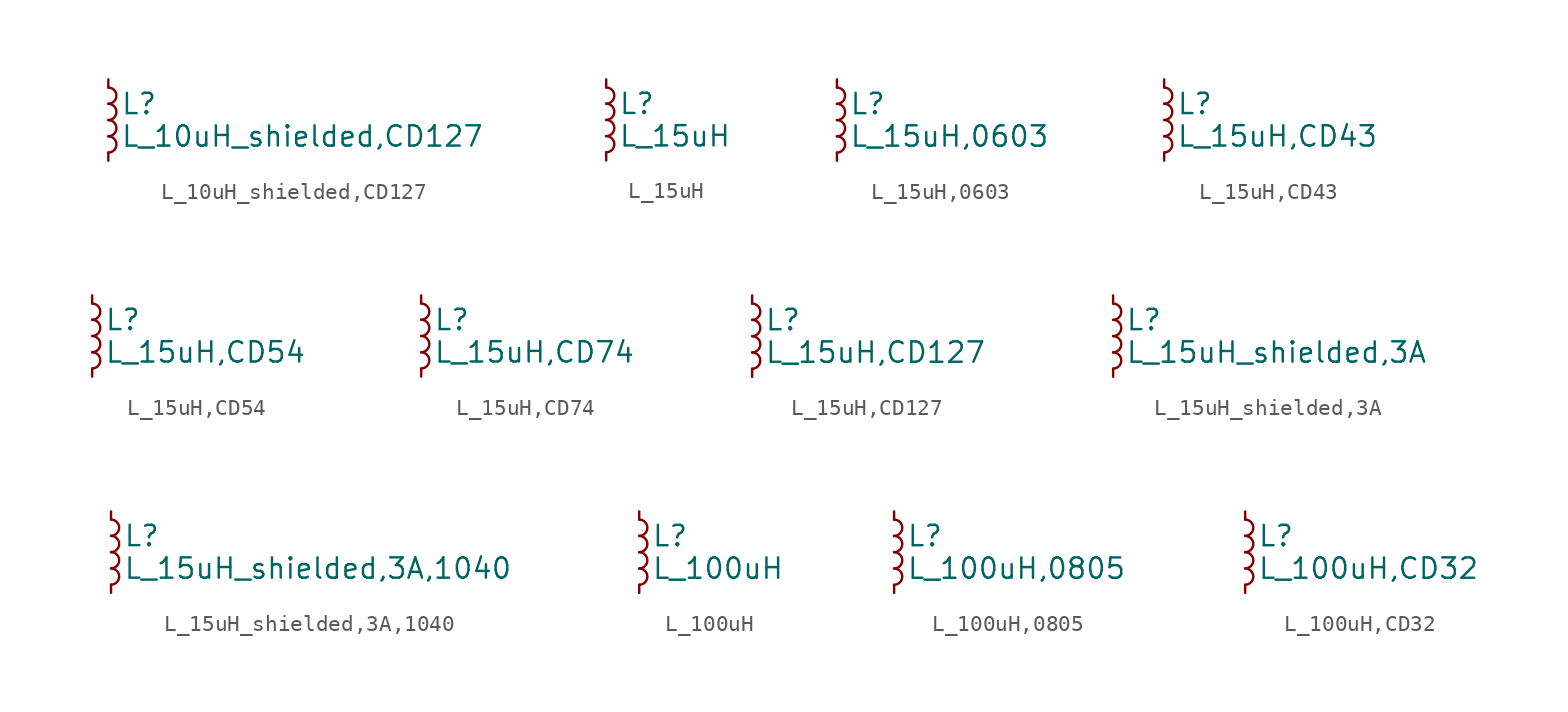
<source format=kicad_sym>
(kicad_symbol_lib
  (version 20211014)
  (generator kicad_symbol_editor)
  (symbol "L_10uH_shielded,CD127"
    (pin_numbers hide)
    (pin_names
      (offset 0.254) hide)
    (property "Reference" "L"
      (at 0.762 1.016 0)
      (effects (font (size 1.27 1.27)) (justify left)))
    (property "Value" "L_10uH_shielded,CD127"
      (at 0.762 -1.016 0)
      (effects (font (size 1.27 1.27)) (justify left)))
    (symbol "L_10uH_shielded,CD127_0_1"
      (arc (start 0 -2.032) (mid 0.508 -1.524) (end 0 -1.016) (stroke (width 0) (type default) (color 0 0 0 0)) (fill (type none)))
      (arc (start 0 -1.016) (mid 0.508 -0.508) (end 0 0) (stroke (width 0) (type default) (color 0 0 0 0)) (fill (type none)))
      (arc (start 0 0) (mid 0.508 0.508) (end 0 1.016) (stroke (width 0) (type default) (color 0 0 0 0)) (fill (type none)))
      (arc (start 0 1.016) (mid 0.508 1.524) (end 0 2.032) (stroke (width 0) (type default) (color 0 0 0 0)) (fill (type none))))
    (symbol "L_10uH_shielded,CD127_1_1"
      (pin passive line (at 0 2.54 270) (length 0.508) (name "~" (effects (font (size 1.27 1.27)))) (number "1" (effects (font (size 1.27 1.27)))))
      (pin passive line (at 0 -2.54 90) (length 0.508) (name "~" (effects (font (size 1.27 1.27)))) (number "2" (effects (font (size 1.27 1.27)))))))
  (symbol "L_15uH"
    (pin_numbers hide)
    (pin_names
      (offset 0.254) hide)
    (property "Reference" "L"
      (at 0.762 1.016 0)
      (effects (font (size 1.27 1.27)) (justify left)))
    (property "Value" "L_15uH"
      (at 0.762 -1.016 0)
      (effects (font (size 1.27 1.27)) (justify left)))
    (symbol "L_15uH_0_1"
      (arc (start 0 -2.032) (mid 0.508 -1.524) (end 0 -1.016) (stroke (width 0) (type default) (color 0 0 0 0)) (fill (type none)))
      (arc (start 0 -1.016) (mid 0.508 -0.508) (end 0 0) (stroke (width 0) (type default) (color 0 0 0 0)) (fill (type none)))
      (arc (start 0 0) (mid 0.508 0.508) (end 0 1.016) (stroke (width 0) (type default) (color 0 0 0 0)) (fill (type none)))
      (arc (start 0 1.016) (mid 0.508 1.524) (end 0 2.032) (stroke (width 0) (type default) (color 0 0 0 0)) (fill (type none))))
    (symbol "L_15uH_1_1"
      (pin passive line (at 0 2.54 270) (length 0.508) (name "~" (effects (font (size 1.27 1.27)))) (number "1" (effects (font (size 1.27 1.27)))))
      (pin passive line (at 0 -2.54 90) (length 0.508) (name "~" (effects (font (size 1.27 1.27)))) (number "2" (effects (font (size 1.27 1.27)))))))
  (symbol "L_15uH,0603"
    (pin_numbers hide)
    (pin_names
      (offset 0.254) hide)
    (property "Reference" "L"
      (at 0.762 1.016 0)
      (effects (font (size 1.27 1.27)) (justify left)))
    (property "Value" "L_15uH,0603"
      (at 0.762 -1.016 0)
      (effects (font (size 1.27 1.27)) (justify left)))
    (symbol "L_15uH,0603_0_1"
      (arc (start 0 -2.032) (mid 0.508 -1.524) (end 0 -1.016) (stroke (width 0) (type default) (color 0 0 0 0)) (fill (type none)))
      (arc (start 0 -1.016) (mid 0.508 -0.508) (end 0 0) (stroke (width 0) (type default) (color 0 0 0 0)) (fill (type none)))
      (arc (start 0 0) (mid 0.508 0.508) (end 0 1.016) (stroke (width 0) (type default) (color 0 0 0 0)) (fill (type none)))
      (arc (start 0 1.016) (mid 0.508 1.524) (end 0 2.032) (stroke (width 0) (type default) (color 0 0 0 0)) (fill (type none))))
    (symbol "L_15uH,0603_1_1"
      (pin passive line (at 0 2.54 270) (length 0.508) (name "~" (effects (font (size 1.27 1.27)))) (number "1" (effects (font (size 1.27 1.27)))))
      (pin passive line (at 0 -2.54 90) (length 0.508) (name "~" (effects (font (size 1.27 1.27)))) (number "2" (effects (font (size 1.27 1.27)))))))
  (symbol "L_15uH,CD43"
    (pin_numbers hide)
    (pin_names
      (offset 0.254) hide)
    (property "Reference" "L"
      (at 0.762 1.016 0)
      (effects (font (size 1.27 1.27)) (justify left)))
    (property "Value" "L_15uH,CD43"
      (at 0.762 -1.016 0)
      (effects (font (size 1.27 1.27)) (justify left)))
    (symbol "L_15uH,CD43_0_1"
      (arc (start 0 -2.032) (mid 0.508 -1.524) (end 0 -1.016) (stroke (width 0) (type default) (color 0 0 0 0)) (fill (type none)))
      (arc (start 0 -1.016) (mid 0.508 -0.508) (end 0 0) (stroke (width 0) (type default) (color 0 0 0 0)) (fill (type none)))
      (arc (start 0 0) (mid 0.508 0.508) (end 0 1.016) (stroke (width 0) (type default) (color 0 0 0 0)) (fill (type none)))
      (arc (start 0 1.016) (mid 0.508 1.524) (end 0 2.032) (stroke (width 0) (type default) (color 0 0 0 0)) (fill (type none))))
    (symbol "L_15uH,CD43_1_1"
      (pin passive line (at 0 2.54 270) (length 0.508) (name "~" (effects (font (size 1.27 1.27)))) (number "1" (effects (font (size 1.27 1.27)))))
      (pin passive line (at 0 -2.54 90) (length 0.508) (name "~" (effects (font (size 1.27 1.27)))) (number "2" (effects (font (size 1.27 1.27)))))))
  (symbol "L_15uH,CD54"
    (pin_numbers hide)
    (pin_names
      (offset 0.254) hide)
    (property "Reference" "L"
      (at 0.762 1.016 0)
      (effects (font (size 1.27 1.27)) (justify left)))
    (property "Value" "L_15uH,CD54"
      (at 0.762 -1.016 0)
      (effects (font (size 1.27 1.27)) (justify left)))
    (symbol "L_15uH,CD54_0_1"
      (arc (start 0 -2.032) (mid 0.508 -1.524) (end 0 -1.016) (stroke (width 0) (type default) (color 0 0 0 0)) (fill (type none)))
      (arc (start 0 -1.016) (mid 0.508 -0.508) (end 0 0) (stroke (width 0) (type default) (color 0 0 0 0)) (fill (type none)))
      (arc (start 0 0) (mid 0.508 0.508) (end 0 1.016) (stroke (width 0) (type default) (color 0 0 0 0)) (fill (type none)))
      (arc (start 0 1.016) (mid 0.508 1.524) (end 0 2.032) (stroke (width 0) (type default) (color 0 0 0 0)) (fill (type none))))
    (symbol "L_15uH,CD54_1_1"
      (pin passive line (at 0 2.54 270) (length 0.508) (name "~" (effects (font (size 1.27 1.27)))) (number "1" (effects (font (size 1.27 1.27)))))
      (pin passive line (at 0 -2.54 90) (length 0.508) (name "~" (effects (font (size 1.27 1.27)))) (number "2" (effects (font (size 1.27 1.27)))))))
  (symbol "L_15uH,CD74"
    (pin_numbers hide)
    (pin_names
      (offset 0.254) hide)
    (property "Reference" "L"
      (at 0.762 1.016 0)
      (effects (font (size 1.27 1.27)) (justify left)))
    (property "Value" "L_15uH,CD74"
      (at 0.762 -1.016 0)
      (effects (font (size 1.27 1.27)) (justify left)))
    (symbol "L_15uH,CD74_0_1"
      (arc (start 0 -2.032) (mid 0.508 -1.524) (end 0 -1.016) (stroke (width 0) (type default) (color 0 0 0 0)) (fill (type none)))
      (arc (start 0 -1.016) (mid 0.508 -0.508) (end 0 0) (stroke (width 0) (type default) (color 0 0 0 0)) (fill (type none)))
      (arc (start 0 0) (mid 0.508 0.508) (end 0 1.016) (stroke (width 0) (type default) (color 0 0 0 0)) (fill (type none)))
      (arc (start 0 1.016) (mid 0.508 1.524) (end 0 2.032) (stroke (width 0) (type default) (color 0 0 0 0)) (fill (type none))))
    (symbol "L_15uH,CD74_1_1"
      (pin passive line (at 0 2.54 270) (length 0.508) (name "~" (effects (font (size 1.27 1.27)))) (number "1" (effects (font (size 1.27 1.27)))))
      (pin passive line (at 0 -2.54 90) (length 0.508) (name "~" (effects (font (size 1.27 1.27)))) (number "2" (effects (font (size 1.27 1.27)))))))
  (symbol "L_15uH,CD127"
    (pin_numbers hide)
    (pin_names
      (offset 0.254) hide)
    (property "Reference" "L"
      (at 0.762 1.016 0)
      (effects (font (size 1.27 1.27)) (justify left)))
    (property "Value" "L_15uH,CD127"
      (at 0.762 -1.016 0)
      (effects (font (size 1.27 1.27)) (justify left)))
    (symbol "L_15uH,CD127_0_1"
      (arc (start 0 -2.032) (mid 0.508 -1.524) (end 0 -1.016) (stroke (width 0) (type default) (color 0 0 0 0)) (fill (type none)))
      (arc (start 0 -1.016) (mid 0.508 -0.508) (end 0 0) (stroke (width 0) (type default) (color 0 0 0 0)) (fill (type none)))
      (arc (start 0 0) (mid 0.508 0.508) (end 0 1.016) (stroke (width 0) (type default) (color 0 0 0 0)) (fill (type none)))
      (arc (start 0 1.016) (mid 0.508 1.524) (end 0 2.032) (stroke (width 0) (type default) (color 0 0 0 0)) (fill (type none))))
    (symbol "L_15uH,CD127_1_1"
      (pin passive line (at 0 2.54 270) (length 0.508) (name "~" (effects (font (size 1.27 1.27)))) (number "1" (effects (font (size 1.27 1.27)))))
      (pin passive line (at 0 -2.54 90) (length 0.508) (name "~" (effects (font (size 1.27 1.27)))) (number "2" (effects (font (size 1.27 1.27)))))))
  (symbol "L_15uH_shielded,3A"
    (pin_numbers hide)
    (pin_names
      (offset 0.254) hide)
    (property "Reference" "L"
      (at 0.762 1.016 0)
      (effects (font (size 1.27 1.27)) (justify left)))
    (property "Value" "L_15uH_shielded,3A"
      (at 0.762 -1.016 0)
      (effects (font (size 1.27 1.27)) (justify left)))
    (symbol "L_15uH_shielded,3A_0_1"
      (arc (start 0 -2.032) (mid 0.508 -1.524) (end 0 -1.016) (stroke (width 0) (type default) (color 0 0 0 0)) (fill (type none)))
      (arc (start 0 -1.016) (mid 0.508 -0.508) (end 0 0) (stroke (width 0) (type default) (color 0 0 0 0)) (fill (type none)))
      (arc (start 0 0) (mid 0.508 0.508) (end 0 1.016) (stroke (width 0) (type default) (color 0 0 0 0)) (fill (type none)))
      (arc (start 0 1.016) (mid 0.508 1.524) (end 0 2.032) (stroke (width 0) (type default) (color 0 0 0 0)) (fill (type none))))
    (symbol "L_15uH_shielded,3A_1_1"
      (pin passive line (at 0 2.54 270) (length 0.508) (name "~" (effects (font (size 1.27 1.27)))) (number "1" (effects (font (size 1.27 1.27)))))
      (pin passive line (at 0 -2.54 90) (length 0.508) (name "~" (effects (font (size 1.27 1.27)))) (number "2" (effects (font (size 1.27 1.27)))))))
  (symbol "L_15uH_shielded,3A,1040"
    (pin_numbers hide)
    (pin_names
      (offset 0.254) hide)
    (property "Reference" "L"
      (at 0.762 1.016 0)
      (effects (font (size 1.27 1.27)) (justify left)))
    (property "Value" "L_15uH_shielded,3A,1040"
      (at 0.762 -1.016 0)
      (effects (font (size 1.27 1.27)) (justify left)))
    (symbol "L_15uH_shielded,3A,1040_0_1"
      (arc (start 0 -2.032) (mid 0.508 -1.524) (end 0 -1.016) (stroke (width 0) (type default) (color 0 0 0 0)) (fill (type none)))
      (arc (start 0 -1.016) (mid 0.508 -0.508) (end 0 0) (stroke (width 0) (type default) (color 0 0 0 0)) (fill (type none)))
      (arc (start 0 0) (mid 0.508 0.508) (end 0 1.016) (stroke (width 0) (type default) (color 0 0 0 0)) (fill (type none)))
      (arc (start 0 1.016) (mid 0.508 1.524) (end 0 2.032) (stroke (width 0) (type default) (color 0 0 0 0)) (fill (type none))))
    (symbol "L_15uH_shielded,3A,1040_1_1"
      (pin passive line (at 0 2.54 270) (length 0.508) (name "~" (effects (font (size 1.27 1.27)))) (number "1" (effects (font (size 1.27 1.27)))))
      (pin passive line (at 0 -2.54 90) (length 0.508) (name "~" (effects (font (size 1.27 1.27)))) (number "2" (effects (font (size 1.27 1.27)))))))
  (symbol "L_100uH"
    (pin_numbers hide)
    (pin_names
      (offset 0.254) hide)
    (property "Reference" "L"
      (at 0.762 1.016 0)
      (effects (font (size 1.27 1.27)) (justify left)))
    (property "Value" "L_100uH"
      (at 0.762 -1.016 0)
      (effects (font (size 1.27 1.27)) (justify left)))
    (symbol "L_100uH_0_1"
      (arc (start 0 -2.032) (mid 0.508 -1.524) (end 0 -1.016) (stroke (width 0) (type default) (color 0 0 0 0)) (fill (type none)))
      (arc (start 0 -1.016) (mid 0.508 -0.508) (end 0 0) (stroke (width 0) (type default) (color 0 0 0 0)) (fill (type none)))
      (arc (start 0 0) (mid 0.508 0.508) (end 0 1.016) (stroke (width 0) (type default) (color 0 0 0 0)) (fill (type none)))
      (arc (start 0 1.016) (mid 0.508 1.524) (end 0 2.032) (stroke (width 0) (type default) (color 0 0 0 0)) (fill (type none))))
    (symbol "L_100uH_1_1"
      (pin passive line (at 0 2.54 270) (length 0.508) (name "~" (effects (font (size 1.27 1.27)))) (number "1" (effects (font (size 1.27 1.27)))))
      (pin passive line (at 0 -2.54 90) (length 0.508) (name "~" (effects (font (size 1.27 1.27)))) (number "2" (effects (font (size 1.27 1.27)))))))
  (symbol "L_100uH,0805"
    (pin_numbers hide)
    (pin_names
      (offset 0.254) hide)
    (property "Reference" "L"
      (at 0.762 1.016 0)
      (effects (font (size 1.27 1.27)) (justify left)))
    (property "Value" "L_100uH,0805"
      (at 0.762 -1.016 0)
      (effects (font (size 1.27 1.27)) (justify left)))
    (symbol "L_100uH,0805_0_1"
      (arc (start 0 -2.032) (mid 0.508 -1.524) (end 0 -1.016) (stroke (width 0) (type default) (color 0 0 0 0)) (fill (type none)))
      (arc (start 0 -1.016) (mid 0.508 -0.508) (end 0 0) (stroke (width 0) (type default) (color 0 0 0 0)) (fill (type none)))
      (arc (start 0 0) (mid 0.508 0.508) (end 0 1.016) (stroke (width 0) (type default) (color 0 0 0 0)) (fill (type none)))
      (arc (start 0 1.016) (mid 0.508 1.524) (end 0 2.032) (stroke (width 0) (type default) (color 0 0 0 0)) (fill (type none))))
    (symbol "L_100uH,0805_1_1"
      (pin passive line (at 0 2.54 270) (length 0.508) (name "~" (effects (font (size 1.27 1.27)))) (number "1" (effects (font (size 1.27 1.27)))))
      (pin passive line (at 0 -2.54 90) (length 0.508) (name "~" (effects (font (size 1.27 1.27)))) (number "2" (effects (font (size 1.27 1.27)))))))
  (symbol "L_100uH,CD32"
    (pin_numbers hide)
    (pin_names
      (offset 0.254) hide)
    (property "Reference" "L"
      (at 0.762 1.016 0)
      (effects (font (size 1.27 1.27)) (justify left)))
    (property "Value" "L_100uH,CD32"
      (at 0.762 -1.016 0)
      (effects (font (size 1.27 1.27)) (justify left)))
    (symbol "L_100uH,CD32_0_1"
      (arc (start 0 -2.032) (mid 0.508 -1.524) (end 0 -1.016) (stroke (width 0) (type default) (color 0 0 0 0)) (fill (type none)))
      (arc (start 0 -1.016) (mid 0.508 -0.508) (end 0 0) (stroke (width 0) (type default) (color 0 0 0 0)) (fill (type none)))
      (arc (start 0 0) (mid 0.508 0.508) (end 0 1.016) (stroke (width 0) (type default) (color 0 0 0 0)) (fill (type none)))
      (arc (start 0 1.016) (mid 0.508 1.524) (end 0 2.032) (stroke (width 0) (type default) (color 0 0 0 0)) (fill (type none))))
    (symbol "L_100uH,CD32_1_1"
      (pin passive line (at 0 2.54 270) (length 0.508) (name "~" (effects (font (size 1.27 1.27)))) (number "1" (effects (font (size 1.27 1.27)))))
      (pin passive line (at 0 -2.54 90) (length 0.508) (name "~" (effects (font (size 1.27 1.27)))) (number "2" (effects (font (size 1.27 1.27))))))))
</source>
